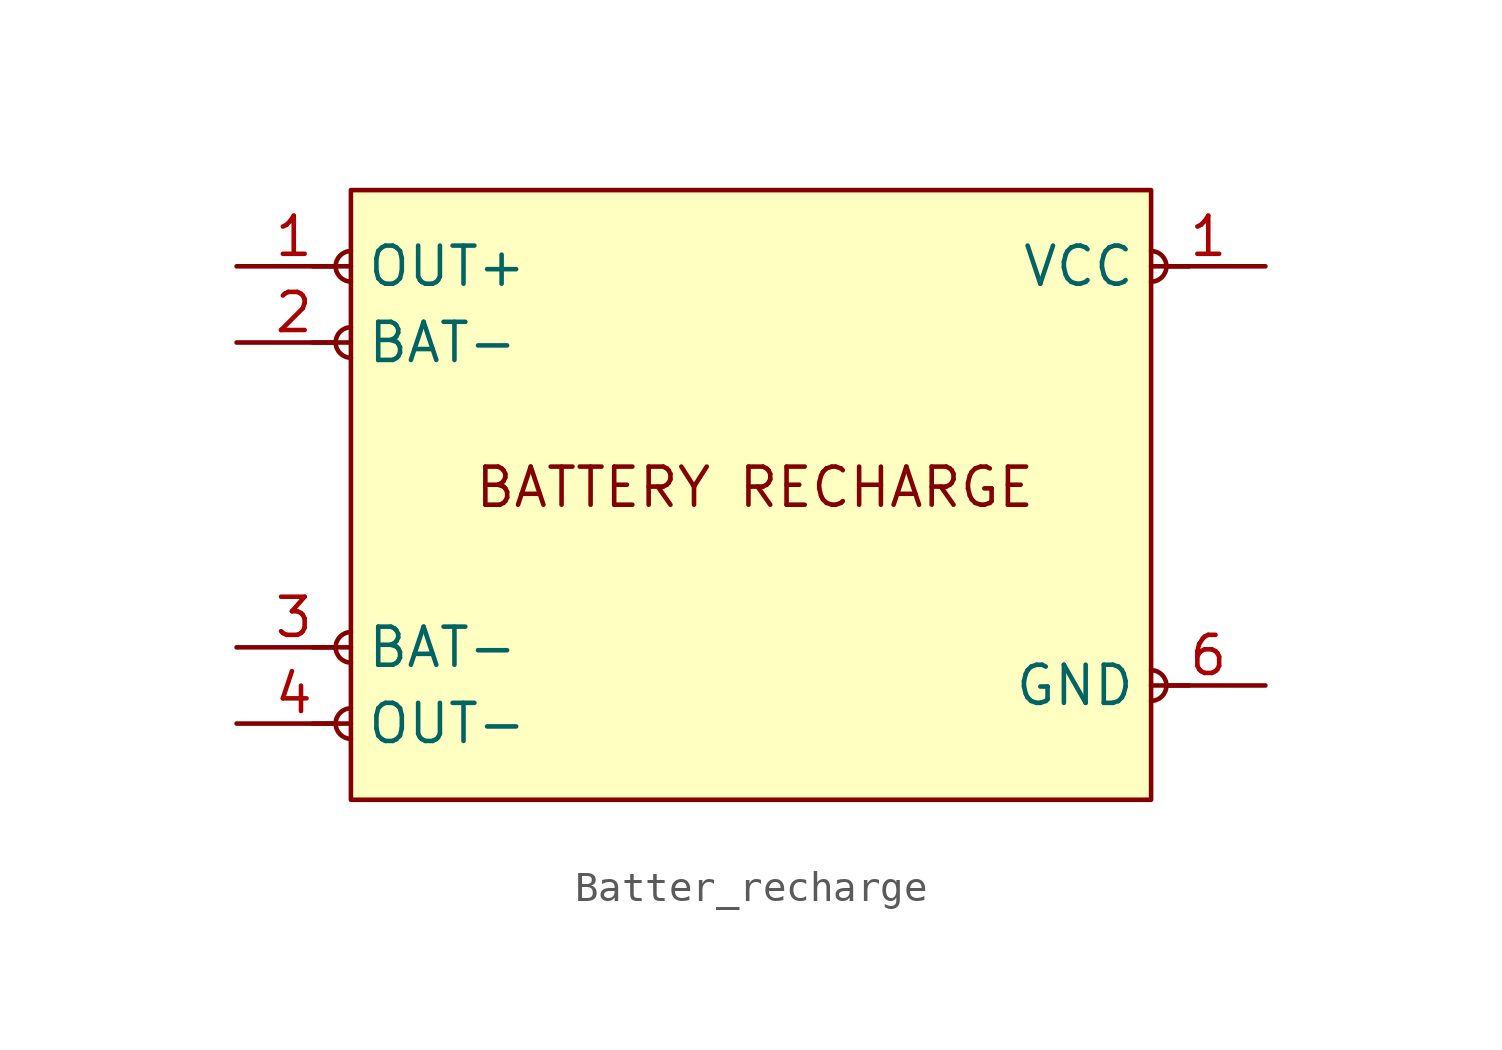
<source format=kicad_sym>
(kicad_symbol_lib
  (version 20241209)
  (generator "kicad_symbol_editor")
  (generator_version "9.0")
  (symbol "Batter_recharge"
    (power)
    (property "Reference" "U"
      (at 0 0 0)
      (effects (font (size 1.27 1.27)) (hide yes)))
    (property "Value" ""
      (at 0 0 0)
      (effects (font (size 1.27 1.27))))
    (symbol "Batter_recharge_1_1"
      (polyline (pts (xy -1.27 -2.54) (xy -0.508 -2.54)) (stroke (width 0.152) (type default)) (fill (type none)))
      (polyline (pts (xy -1.27 -5.08) (xy -0.508 -5.08)) (stroke (width 0.152) (type default)) (fill (type none)))
      (polyline (pts (xy -1.27 -15.24) (xy -0.508 -15.24)) (stroke (width 0.152) (type default)) (fill (type none)))
      (polyline (pts (xy -1.27 -17.78) (xy -0.508 -17.78)) (stroke (width 0.152) (type default)) (fill (type none)))
      (rectangle (start 0 0) (end 26.67 -20.32) (stroke (width 0) (type solid)) (fill (type background)))
      (arc (start 0 -3.048) (mid -0.5058 -2.54) (end 0 -2.032) (stroke (width 0.1524) (type default)) (fill (type none)))
      (arc (start 0 -5.588) (mid -0.5058 -5.08) (end 0 -4.572) (stroke (width 0.1524) (type default)) (fill (type none)))
      (arc (start 0 -15.748) (mid -0.5058 -15.24) (end 0 -14.732) (stroke (width 0.1524) (type default)) (fill (type none)))
      (arc (start 0 -18.288) (mid -0.5058 -17.78) (end 0 -17.272) (stroke (width 0.1524) (type default)) (fill (type none)))
      (arc (start 26.67 -2.032) (mid 27.1758 -2.54) (end 26.67 -3.048) (stroke (width 0.1524) (type default)) (fill (type none)))
      (arc (start 26.67 -16.002) (mid 27.1758 -16.51) (end 26.67 -17.018) (stroke (width 0.1524) (type default)) (fill (type none)))
      (polyline (pts (xy 27.94 -2.54) (xy 27.178 -2.54)) (stroke (width 0.152) (type default)) (fill (type none)))
      (polyline (pts (xy 27.94 -16.51) (xy 27.178 -16.51)) (stroke (width 0.152) (type default)) (fill (type none)))
      (text "BATTERY RECHARGE" (at 13.462 -9.906 0) (effects (font (size 1.27 1.27))))
      (pin power_out line (at -3.81 -2.54 0) (length 3.81) (name "OUT+" (effects (font (size 1.27 1.27)))) (number "1" (effects (font (size 1.27 1.27)))))
      (pin power_out line (at -3.81 -5.08 0) (length 3.81) (name "BAT-" (effects (font (size 1.27 1.27)))) (number "2" (effects (font (size 1.27 1.27)))))
      (pin power_out line (at -3.81 -15.24 0) (length 3.81) (name "BAT-" (effects (font (size 1.27 1.27)))) (number "3" (effects (font (size 1.27 1.27)))))
      (pin power_out line (at -3.81 -17.78 0) (length 3.81) (name "OUT-" (effects (font (size 1.27 1.27)))) (number "4" (effects (font (size 1.27 1.27)))))
      (pin power_in line (at 30.48 -2.54 180) (length 3.81) (name "VCC" (effects (font (size 1.27 1.27)))) (number "1" (effects (font (size 1.27 1.27)))))
      (pin power_in line (at 30.48 -16.51 180) (length 3.81) (name "GND" (effects (font (size 1.27 1.27)))) (number "6" (effects (font (size 1.27 1.27))))))))
</source>
